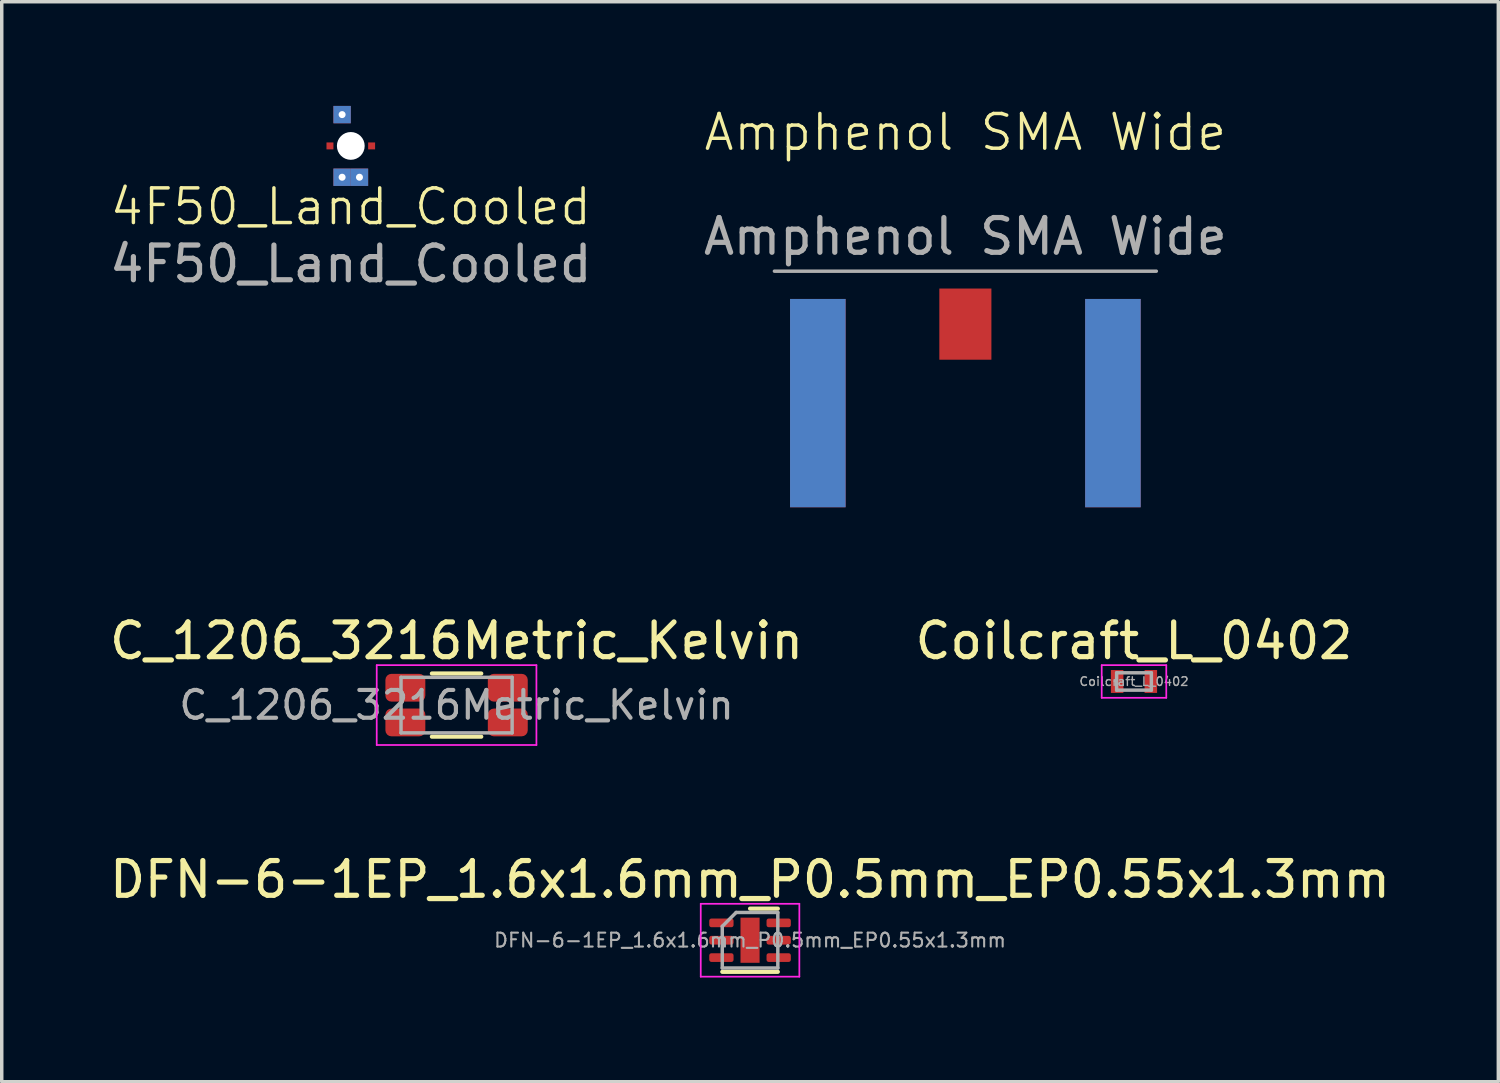
<source format=kicad_pcb>
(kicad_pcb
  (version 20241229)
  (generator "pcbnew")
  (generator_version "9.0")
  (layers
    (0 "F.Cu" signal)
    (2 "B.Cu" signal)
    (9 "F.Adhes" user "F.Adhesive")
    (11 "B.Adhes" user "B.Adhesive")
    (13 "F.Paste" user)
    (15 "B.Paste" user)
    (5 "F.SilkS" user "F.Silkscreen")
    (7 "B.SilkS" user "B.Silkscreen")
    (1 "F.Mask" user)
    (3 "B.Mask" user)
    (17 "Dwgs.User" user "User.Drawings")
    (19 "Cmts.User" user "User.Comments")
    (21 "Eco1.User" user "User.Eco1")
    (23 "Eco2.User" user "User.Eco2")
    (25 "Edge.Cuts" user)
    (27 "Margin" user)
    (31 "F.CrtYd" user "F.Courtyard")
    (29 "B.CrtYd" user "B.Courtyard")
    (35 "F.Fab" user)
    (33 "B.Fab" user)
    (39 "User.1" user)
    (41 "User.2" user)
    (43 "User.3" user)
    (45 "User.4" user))
  (footprint "4F50_Land_Cooled"
    (layer "F.Cu")
    (at 7.054 1.153)
    (property "Reference" "4F50_Land_Cooled" (at 0 1.75 0) (unlocked yes) (layer "F.SilkS") (effects (font (size 1 1) (thickness 0.1))))
    (attr smd)
    (fp_text user "${REFERENCE}" (at 0 3.4 0) (unlocked yes) (layer "F.Fab") (effects (font (size 1 1) (thickness 0.15))))
    (pad "" np_thru_hole circle (at 0 0) (size 0.8 0.8) (drill 0.8) (layers "*.Cu" "*.Mask"))
    (pad "1" smd rect (at 0.6 0) (size 0.2 0.2) (layers "F.Cu" "F.Mask"))
    (pad "2" thru_hole rect (at -0.25 -0.902) (size 0.5 0.5) (drill 0.203) (layers "*.Cu" "*.Mask"))
    (pad "2" thru_hole rect (at -0.25 0.902) (size 0.5 0.5) (drill 0.203) (layers "*.Cu" "*.Mask"))
    (pad "2" thru_hole rect (at 0.25 0.902) (size 0.5 0.5) (drill 0.203) (layers "*.Cu" "*.Mask"))
    (pad "3" smd rect (at -0.6 0) (size 0.2 0.2) (layers "F.Cu" "F.Mask"))
    (zone (net_name "") (layer "F.Cu") (hatch edge 0.5) (connect_pads) (min_thickness 0.25) (filled_areas_thickness no) (keepout (tracks allowed) (vias allowed) (pads allowed) (copperpour not_allowed) (footprints allowed)) (placement (enabled no)) (fill) (polygon (pts (xy 6.554 0) (xy 7.554 0) (xy 7.554 2.305) (xy 6.554 2.305)))))
  (footprint "DFN-6-1EP_1.6x1.6mm_P0.5mm_EP0.55x1.3mm"
    (layer "F.Cu")
    (at 18.554 24.032)
    (property "Reference" "DFN-6-1EP_1.6x1.6mm_P0.5mm_EP0.55x1.3mm" (at 0 -1.75 0) (layer "F.SilkS") (effects (font (size 1 1) (thickness 0.15))))
    (attr smd)
    (fp_line (start -0.8 0.91) (end 0.8 0.91) (stroke (width 0.12) (type solid)) (layer "F.SilkS"))
    (fp_line (start 0 -0.91) (end 0.8 -0.91) (stroke (width 0.12) (type solid)) (layer "F.SilkS"))
    (fp_line (start -1.42 -1.05) (end -1.42 1.05) (stroke (width 0.05) (type solid)) (layer "F.CrtYd"))
    (fp_line (start -1.42 1.05) (end 1.42 1.05) (stroke (width 0.05) (type solid)) (layer "F.CrtYd"))
    (fp_line (start 1.42 -1.05) (end -1.42 -1.05) (stroke (width 0.05) (type solid)) (layer "F.CrtYd"))
    (fp_line (start 1.42 1.05) (end 1.42 -1.05) (stroke (width 0.05) (type solid)) (layer "F.CrtYd"))
    (fp_line (start -0.8 -0.4) (end -0.4 -0.8) (stroke (width 0.1) (type solid)) (layer "F.Fab"))
    (fp_line (start -0.8 0.8) (end -0.8 -0.4) (stroke (width 0.1) (type solid)) (layer "F.Fab"))
    (fp_line (start -0.4 -0.8) (end 0.8 -0.8) (stroke (width 0.1) (type solid)) (layer "F.Fab"))
    (fp_line (start 0.8 -0.8) (end 0.8 0.8) (stroke (width 0.1) (type solid)) (layer "F.Fab"))
    (fp_line (start 0.8 0.8) (end -0.8 0.8) (stroke (width 0.1) (type solid)) (layer "F.Fab"))
    (fp_text user "${REFERENCE}" (at 0 0 0) (layer "F.Fab") (effects (font (size 0.4 0.4) (thickness 0.06))))
    (pad "" smd roundrect (at 0 -0.325) (size 0.44 0.52) (layers "F.Paste") (roundrect_rratio 0.25))
    (pad "" smd roundrect (at 0 0.325) (size 0.44 0.52) (layers "F.Paste") (roundrect_rratio 0.25))
    (pad "1" smd roundrect (at -0.825 -0.5) (size 0.7 0.25) (layers "F.Cu" "F.Mask" "F.Paste") (roundrect_rratio 0.25))
    (pad "2" smd roundrect (at -0.825 0) (size 0.7 0.25) (layers "F.Cu" "F.Mask" "F.Paste") (roundrect_rratio 0.25))
    (pad "3" smd roundrect (at -0.825 0.5) (size 0.7 0.25) (layers "F.Cu" "F.Mask" "F.Paste") (roundrect_rratio 0.25))
    (pad "4" smd roundrect (at 0.825 0.5) (size 0.7 0.25) (layers "F.Cu" "F.Mask" "F.Paste") (roundrect_rratio 0.25))
    (pad "5" smd roundrect (at 0.825 0) (size 0.7 0.25) (layers "F.Cu" "F.Mask" "F.Paste") (roundrect_rratio 0.25))
    (pad "6" smd roundrect (at 0.825 -0.5) (size 0.7 0.25) (layers "F.Cu" "F.Mask" "F.Paste") (roundrect_rratio 0.25))
    (pad "7" smd rect (at 0 0) (size 0.55 1.3) (layers "F.Cu" "F.Mask")))
  (footprint "C_1206_3216Metric_Kelvin"
    (layer "F.Cu")
    (at 10.101 17.259)
    (property "Reference" "C_1206_3216Metric_Kelvin" (at 0 -1.85 0) (layer "F.SilkS") (effects (font (size 1 1) (thickness 0.15))))
    (attr smd)
    (fp_line (start -0.711 -0.91) (end 0.711 -0.91) (stroke (width 0.12) (type solid)) (layer "F.SilkS"))
    (fp_line (start -0.711 0.91) (end 0.711 0.91) (stroke (width 0.12) (type solid)) (layer "F.SilkS"))
    (fp_line (start -2.3 -1.15) (end 2.3 -1.15) (stroke (width 0.05) (type solid)) (layer "F.CrtYd"))
    (fp_line (start -2.3 1.15) (end -2.3 -1.15) (stroke (width 0.05) (type solid)) (layer "F.CrtYd"))
    (fp_line (start 2.3 -1.15) (end 2.3 1.15) (stroke (width 0.05) (type solid)) (layer "F.CrtYd"))
    (fp_line (start 2.3 1.15) (end -2.3 1.15) (stroke (width 0.05) (type solid)) (layer "F.CrtYd"))
    (fp_line (start -1.6 -0.8) (end 1.6 -0.8) (stroke (width 0.1) (type solid)) (layer "F.Fab"))
    (fp_line (start -1.6 0.8) (end -1.6 -0.8) (stroke (width 0.1) (type solid)) (layer "F.Fab"))
    (fp_line (start 1.6 -0.8) (end 1.6 0.8) (stroke (width 0.1) (type solid)) (layer "F.Fab"))
    (fp_line (start 1.6 0.8) (end -1.6 0.8) (stroke (width 0.1) (type solid)) (layer "F.Fab"))
    (fp_text user "${REFERENCE}" (at 0 0 0) (layer "F.Fab") (effects (font (size 0.8 0.8) (thickness 0.12))))
    (pad "1" smd roundrect (at -1.475 0.5) (size 1.15 0.8) (layers "F.Cu" "F.Mask" "F.Paste") (roundrect_rratio 0.217))
    (pad "2" smd roundrect (at 1.475 -0.5) (size 1.15 0.8) (layers "F.Cu" "F.Mask" "F.Paste") (roundrect_rratio 0.217))
    (pad "3" smd roundrect (at -1.475 -0.5) (size 1.15 0.8) (layers "F.Cu" "F.Mask" "F.Paste") (roundrect_rratio 0.217))
    (pad "4" smd roundrect (at 1.475 0.5) (size 1.15 0.8) (layers "F.Cu" "F.Mask" "F.Paste") (roundrect_rratio 0.217)))
  (footprint "Coilcraft_L_0402"
    (layer "F.Cu")
    (at 29.613 16.579)
    (property "Reference" "Coilcraft_L_0402" (at 0 -1.17 0) (layer "F.SilkS") (effects (font (size 1 1) (thickness 0.15))))
    (attr smd)
    (fp_line (start -0.93 -0.47) (end 0.93 -0.47) (stroke (width 0.05) (type solid)) (layer "F.CrtYd"))
    (fp_line (start -0.93 0.47) (end -0.93 -0.47) (stroke (width 0.05) (type solid)) (layer "F.CrtYd"))
    (fp_line (start 0.93 -0.47) (end 0.93 0.47) (stroke (width 0.05) (type solid)) (layer "F.CrtYd"))
    (fp_line (start 0.93 0.47) (end -0.93 0.47) (stroke (width 0.05) (type solid)) (layer "F.CrtYd"))
    (fp_line (start -0.5 -0.25) (end 0.5 -0.25) (stroke (width 0.1) (type solid)) (layer "F.Fab"))
    (fp_line (start -0.5 0.25) (end -0.5 -0.25) (stroke (width 0.1) (type solid)) (layer "F.Fab"))
    (fp_line (start 0.5 -0.25) (end 0.5 0.25) (stroke (width 0.1) (type solid)) (layer "F.Fab"))
    (fp_line (start 0.5 0.25) (end -0.5 0.25) (stroke (width 0.1) (type solid)) (layer "F.Fab"))
    (fp_text user "${REFERENCE}" (at 0 0 0) (layer "F.Fab") (effects (font (size 0.25 0.25) (thickness 0.04))))
    (pad "1" smd rect (at -0.485 0) (size 0.36 0.66) (layers "F.Cu" "F.Mask" "F.Paste"))
    (pad "2" smd rect (at 0.485 0) (size 0.36 0.66) (layers "F.Cu" "F.Mask" "F.Paste")))
  (footprint "Amphenol SMA Wide"
    (layer "F.Cu")
    (at 24.756 5.261)
    (property "Reference" "Amphenol SMA Wide" (at 0 -4.5 0) (unlocked yes) (layer "F.SilkS") (effects (font (size 1 1) (thickness 0.1))))
    (attr smd)
    (fp_line (start -5.5 -0.5) (end 5.5 -0.5) (stroke (width 0.1) (type default)) (layer "F.Fab"))
    (fp_text user "${REFERENCE}" (at 0 -1.5 0) (unlocked yes) (layer "F.Fab") (effects (font (size 1 1) (thickness 0.15))))
    (pad "1" smd rect (at 0 1.025) (size 1.5 2.05) (layers "F.Cu" "F.Mask" "F.Paste"))
    (pad "2" smd rect (at -4.25 3.3) (size 1.6 6) (layers "F.Cu" "F.Mask" "F.Paste"))
    (pad "2" smd rect (at -4.25 3.3) (size 1.6 6) (layers "B.Cu" "B.Mask" "B.Paste"))
    (pad "2" smd rect (at 4.25 3.3) (size 1.6 6) (layers "F.Cu" "F.Mask" "F.Paste"))
    (pad "2" smd rect (at 4.25 3.3) (size 1.6 6) (layers "B.Cu" "B.Mask" "B.Paste")))
  (gr_rect
    (start -3 -3)
    (end 40.107 28.107)
    (stroke (width 0.1) (type default))
    (fill no)
    (layer "Edge.Cuts")))
</source>
